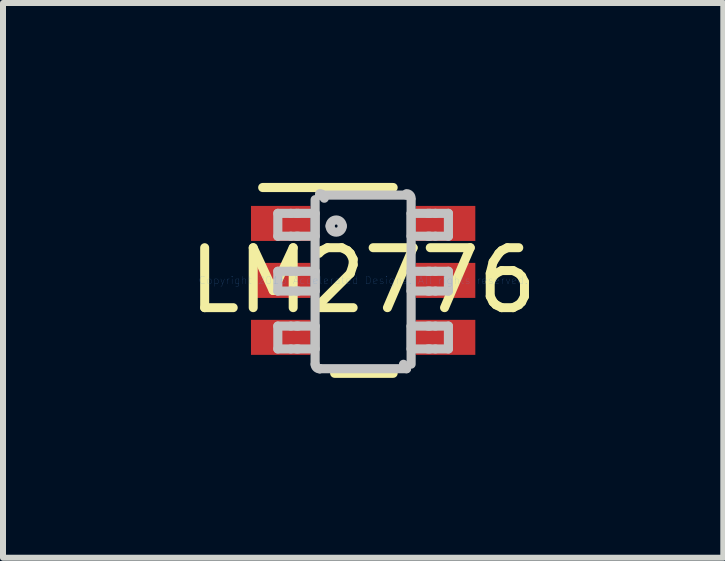
<source format=kicad_pcb>
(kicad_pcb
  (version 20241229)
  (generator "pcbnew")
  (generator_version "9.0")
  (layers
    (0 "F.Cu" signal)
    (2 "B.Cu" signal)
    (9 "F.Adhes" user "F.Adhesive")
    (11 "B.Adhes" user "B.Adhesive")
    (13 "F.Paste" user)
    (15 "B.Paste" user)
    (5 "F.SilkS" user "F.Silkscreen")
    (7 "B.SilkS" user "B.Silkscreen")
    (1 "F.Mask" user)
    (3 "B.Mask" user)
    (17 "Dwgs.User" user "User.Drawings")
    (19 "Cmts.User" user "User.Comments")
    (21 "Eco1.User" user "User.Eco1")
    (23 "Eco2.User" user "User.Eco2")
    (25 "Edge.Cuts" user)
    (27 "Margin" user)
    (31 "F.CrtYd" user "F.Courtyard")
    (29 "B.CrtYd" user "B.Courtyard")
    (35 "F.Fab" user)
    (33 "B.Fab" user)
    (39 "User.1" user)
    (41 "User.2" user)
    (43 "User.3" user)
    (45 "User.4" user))
  (footprint "LM2776"
    (layer "F.Cu")
    (at 3.006 1.626)
    (property "Reference" "LM2776" (at 0 0 0) (layer "F.SilkS") (effects (font (size 1 1) (thickness 0.15))))
    (attr through_hole)
    (fp_line (start -1.675 -1.549) (end 0.5 -1.549) (stroke (width 0.152) (type solid)) (layer "F.SilkS"))
    (fp_line (start -0.475 1.549) (end 0.5 1.549) (stroke (width 0.152) (type solid)) (layer "F.SilkS"))
    (fp_line (start -1.423 -1.118) (end -1.206 -1.118) (stroke (width 0.152) (type solid)) (layer "Dwgs.User"))
    (fp_line (start -1.423 -0.737) (end -1.423 -1.118) (stroke (width 0.152) (type solid)) (layer "Dwgs.User"))
    (fp_line (start -1.423 -0.737) (end -1.206 -0.737) (stroke (width 0.152) (type solid)) (layer "Dwgs.User"))
    (fp_line (start -1.423 -0.152) (end -1.206 -0.152) (stroke (width 0.152) (type solid)) (layer "Dwgs.User"))
    (fp_line (start -1.423 0.178) (end -1.423 -0.152) (stroke (width 0.152) (type solid)) (layer "Dwgs.User"))
    (fp_line (start -1.423 0.178) (end -1.206 0.178) (stroke (width 0.152) (type solid)) (layer "Dwgs.User"))
    (fp_line (start -1.423 0.762) (end -1.206 0.762) (stroke (width 0.152) (type solid)) (layer "Dwgs.User"))
    (fp_line (start -1.423 1.143) (end -1.423 0.762) (stroke (width 0.152) (type solid)) (layer "Dwgs.User"))
    (fp_line (start -1.423 1.143) (end -1.206 1.143) (stroke (width 0.152) (type solid)) (layer "Dwgs.User"))
    (fp_line (start -1.206 -1.118) (end -1.113 -1.118) (stroke (width 0.152) (type solid)) (layer "Dwgs.User"))
    (fp_line (start -1.206 -0.737) (end -1.113 -0.737) (stroke (width 0.152) (type solid)) (layer "Dwgs.User"))
    (fp_line (start -1.206 -0.152) (end -1.113 -0.152) (stroke (width 0.152) (type solid)) (layer "Dwgs.User"))
    (fp_line (start -1.206 0.178) (end -1.113 0.178) (stroke (width 0.152) (type solid)) (layer "Dwgs.User"))
    (fp_line (start -1.206 0.762) (end -1.113 0.762) (stroke (width 0.152) (type solid)) (layer "Dwgs.User"))
    (fp_line (start -1.206 1.143) (end -1.113 1.143) (stroke (width 0.152) (type solid)) (layer "Dwgs.User"))
    (fp_line (start -1.113 -1.118) (end -1.081 -1.118) (stroke (width 0.152) (type solid)) (layer "Dwgs.User"))
    (fp_line (start -1.113 -0.737) (end -1.081 -0.737) (stroke (width 0.152) (type solid)) (layer "Dwgs.User"))
    (fp_line (start -1.113 -0.152) (end -1.081 -0.152) (stroke (width 0.152) (type solid)) (layer "Dwgs.User"))
    (fp_line (start -1.113 0.178) (end -1.081 0.178) (stroke (width 0.152) (type solid)) (layer "Dwgs.User"))
    (fp_line (start -1.113 0.762) (end -1.081 0.762) (stroke (width 0.152) (type solid)) (layer "Dwgs.User"))
    (fp_line (start -1.113 1.143) (end -1.081 1.143) (stroke (width 0.152) (type solid)) (layer "Dwgs.User"))
    (fp_line (start -1.081 -1.118) (end -0.828 -1.118) (stroke (width 0.152) (type solid)) (layer "Dwgs.User"))
    (fp_line (start -1.081 -0.737) (end -0.828 -0.737) (stroke (width 0.152) (type solid)) (layer "Dwgs.User"))
    (fp_line (start -1.081 -0.152) (end -0.828 -0.152) (stroke (width 0.152) (type solid)) (layer "Dwgs.User"))
    (fp_line (start -1.081 0.178) (end -0.828 0.178) (stroke (width 0.152) (type solid)) (layer "Dwgs.User"))
    (fp_line (start -1.081 0.762) (end -0.828 0.762) (stroke (width 0.152) (type solid)) (layer "Dwgs.User"))
    (fp_line (start -1.081 1.143) (end -0.828 1.143) (stroke (width 0.152) (type solid)) (layer "Dwgs.User"))
    (fp_line (start -0.828 -1.118) (end -0.801 -1.118) (stroke (width 0.152) (type solid)) (layer "Dwgs.User"))
    (fp_line (start -0.828 -0.737) (end -0.801 -0.737) (stroke (width 0.152) (type solid)) (layer "Dwgs.User"))
    (fp_line (start -0.828 -0.152) (end -0.801 -0.152) (stroke (width 0.152) (type solid)) (layer "Dwgs.User"))
    (fp_line (start -0.828 0.178) (end -0.801 0.178) (stroke (width 0.152) (type solid)) (layer "Dwgs.User"))
    (fp_line (start -0.828 0.762) (end -0.801 0.762) (stroke (width 0.152) (type solid)) (layer "Dwgs.User"))
    (fp_line (start -0.828 1.143) (end -0.801 1.143) (stroke (width 0.152) (type solid)) (layer "Dwgs.User"))
    (fp_line (start -0.801 -0.737) (end -0.801 -1.118) (stroke (width 0.152) (type solid)) (layer "Dwgs.User"))
    (fp_line (start -0.801 0.178) (end -0.801 -0.152) (stroke (width 0.152) (type solid)) (layer "Dwgs.User"))
    (fp_line (start -0.801 1.143) (end -0.801 0.762) (stroke (width 0.152) (type solid)) (layer "Dwgs.User"))
    (fp_line (start -0.801 1.397) (end -0.801 -1.346) (stroke (width 0.152) (type solid)) (layer "Dwgs.User"))
    (fp_line (start -0.725 -1.422) (end -0.724 -1.422) (stroke (width 0.152) (type solid)) (layer "Dwgs.User"))
    (fp_line (start -0.725 1.473) (end -0.724 1.473) (stroke (width 0.152) (type solid)) (layer "Dwgs.User"))
    (fp_line (start -0.724 -1.422) (end 0.723 -1.422) (stroke (width 0.152) (type solid)) (layer "Dwgs.User"))
    (fp_line (start -0.724 1.473) (end 0.723 1.473) (stroke (width 0.152) (type solid)) (layer "Dwgs.User"))
    (fp_line (start 0.723 -1.422) (end 0.724 -1.422) (stroke (width 0.152) (type solid)) (layer "Dwgs.User"))
    (fp_line (start 0.723 1.473) (end 0.724 1.473) (stroke (width 0.152) (type solid)) (layer "Dwgs.User"))
    (fp_line (start 0.8 -1.118) (end 0.827 -1.118) (stroke (width 0.152) (type solid)) (layer "Dwgs.User"))
    (fp_line (start 0.8 -0.737) (end 0.8 -1.118) (stroke (width 0.152) (type solid)) (layer "Dwgs.User"))
    (fp_line (start 0.8 -0.737) (end 0.827 -0.737) (stroke (width 0.152) (type solid)) (layer "Dwgs.User"))
    (fp_line (start 0.8 -0.152) (end 0.827 -0.152) (stroke (width 0.152) (type solid)) (layer "Dwgs.User"))
    (fp_line (start 0.8 0.178) (end 0.8 -0.152) (stroke (width 0.152) (type solid)) (layer "Dwgs.User"))
    (fp_line (start 0.8 0.178) (end 0.827 0.178) (stroke (width 0.152) (type solid)) (layer "Dwgs.User"))
    (fp_line (start 0.8 0.762) (end 0.827 0.762) (stroke (width 0.152) (type solid)) (layer "Dwgs.User"))
    (fp_line (start 0.8 1.143) (end 0.8 0.762) (stroke (width 0.152) (type solid)) (layer "Dwgs.User"))
    (fp_line (start 0.8 1.143) (end 0.827 1.143) (stroke (width 0.152) (type solid)) (layer "Dwgs.User"))
    (fp_line (start 0.8 1.397) (end 0.8 -1.346) (stroke (width 0.152) (type solid)) (layer "Dwgs.User"))
    (fp_line (start 0.827 -1.118) (end 1.08 -1.118) (stroke (width 0.152) (type solid)) (layer "Dwgs.User"))
    (fp_line (start 0.827 -0.737) (end 1.08 -0.737) (stroke (width 0.152) (type solid)) (layer "Dwgs.User"))
    (fp_line (start 0.827 -0.152) (end 1.08 -0.152) (stroke (width 0.152) (type solid)) (layer "Dwgs.User"))
    (fp_line (start 0.827 0.178) (end 1.08 0.178) (stroke (width 0.152) (type solid)) (layer "Dwgs.User"))
    (fp_line (start 0.827 0.762) (end 1.08 0.762) (stroke (width 0.152) (type solid)) (layer "Dwgs.User"))
    (fp_line (start 0.827 1.143) (end 1.08 1.143) (stroke (width 0.152) (type solid)) (layer "Dwgs.User"))
    (fp_line (start 1.08 -1.118) (end 1.112 -1.118) (stroke (width 0.152) (type solid)) (layer "Dwgs.User"))
    (fp_line (start 1.08 -0.737) (end 1.112 -0.737) (stroke (width 0.152) (type solid)) (layer "Dwgs.User"))
    (fp_line (start 1.08 -0.152) (end 1.112 -0.152) (stroke (width 0.152) (type solid)) (layer "Dwgs.User"))
    (fp_line (start 1.08 0.178) (end 1.112 0.178) (stroke (width 0.152) (type solid)) (layer "Dwgs.User"))
    (fp_line (start 1.08 0.762) (end 1.112 0.762) (stroke (width 0.152) (type solid)) (layer "Dwgs.User"))
    (fp_line (start 1.08 1.143) (end 1.112 1.143) (stroke (width 0.152) (type solid)) (layer "Dwgs.User"))
    (fp_line (start 1.112 -1.118) (end 1.205 -1.118) (stroke (width 0.152) (type solid)) (layer "Dwgs.User"))
    (fp_line (start 1.112 -0.737) (end 1.205 -0.737) (stroke (width 0.152) (type solid)) (layer "Dwgs.User"))
    (fp_line (start 1.112 -0.152) (end 1.205 -0.152) (stroke (width 0.152) (type solid)) (layer "Dwgs.User"))
    (fp_line (start 1.112 0.178) (end 1.205 0.178) (stroke (width 0.152) (type solid)) (layer "Dwgs.User"))
    (fp_line (start 1.112 0.762) (end 1.205 0.762) (stroke (width 0.152) (type solid)) (layer "Dwgs.User"))
    (fp_line (start 1.112 1.143) (end 1.205 1.143) (stroke (width 0.152) (type solid)) (layer "Dwgs.User"))
    (fp_line (start 1.205 -1.118) (end 1.422 -1.118) (stroke (width 0.152) (type solid)) (layer "Dwgs.User"))
    (fp_line (start 1.205 -0.737) (end 1.422 -0.737) (stroke (width 0.152) (type solid)) (layer "Dwgs.User"))
    (fp_line (start 1.205 -0.152) (end 1.422 -0.152) (stroke (width 0.152) (type solid)) (layer "Dwgs.User"))
    (fp_line (start 1.205 0.178) (end 1.422 0.178) (stroke (width 0.152) (type solid)) (layer "Dwgs.User"))
    (fp_line (start 1.205 0.762) (end 1.422 0.762) (stroke (width 0.152) (type solid)) (layer "Dwgs.User"))
    (fp_line (start 1.205 1.143) (end 1.422 1.143) (stroke (width 0.152) (type solid)) (layer "Dwgs.User"))
    (fp_line (start 1.422 -0.737) (end 1.422 -1.118) (stroke (width 0.152) (type solid)) (layer "Dwgs.User"))
    (fp_line (start 1.422 0.178) (end 1.422 -0.152) (stroke (width 0.152) (type solid)) (layer "Dwgs.User"))
    (fp_line (start 1.422 1.143) (end 1.422 0.762) (stroke (width 0.152) (type solid)) (layer "Dwgs.User"))
    (fp_arc (start -0.724487 1.474998) (mid -0.778141 1.452906) (end -0.800684 1.39944) (stroke (width 0.1524) (type solid)) (layer "Dwgs.User"))
    (fp_arc (start -0.724474 -1.445984) (mid -0.67082 -1.423892) (end -0.648277 -1.370426) (stroke (width 0.1524) (type solid)) (layer "Dwgs.User"))
    (fp_arc (start -0.551162 -0.906071) (mid -0.449562 -1.007671) (end -0.347962 -0.906071) (stroke (width 0.1524) (type solid)) (layer "Dwgs.User"))
    (fp_arc (start -0.347962 -0.906071) (mid -0.449562 -0.804471) (end -0.551162 -0.906071) (stroke (width 0.1524) (type solid)) (layer "Dwgs.User"))
    (fp_arc (start 0.723303 -1.445997) (mid 0.776957 -1.423905) (end 0.7995 -1.370439) (stroke (width 0.1524) (type solid)) (layer "Dwgs.User"))
    (fp_arc (start 0.723316 1.449611) (mid 0.687547 1.434883) (end 0.672518 1.399239) (stroke (width 0.1524) (type solid)) (layer "Dwgs.User"))
    (fp_text user "Copyright 2016 Accelerated Designs. All rights reserved." (at 0 0 0) (layer "Cmts.User") (effects (font (size 0.127 0.127) (thickness 0.002))))
    (pad "1" smd rect (at -1.375 -0.95 90) (size 0.584 0.991) (layers "F.Cu" "F.Mask" "F.Paste"))
    (pad "2" smd rect (at -1.375 0 90) (size 0.584 0.991) (layers "F.Cu" "F.Mask" "F.Paste"))
    (pad "3" smd rect (at -1.375 0.95 90) (size 0.584 0.991) (layers "F.Cu" "F.Mask" "F.Paste"))
    (pad "4" smd rect (at 1.375 0.95 90) (size 0.584 0.991) (layers "F.Cu" "F.Mask" "F.Paste"))
    (pad "5" smd rect (at 1.375 0 90) (size 0.584 0.991) (layers "F.Cu" "F.Mask" "F.Paste"))
    (pad "6" smd rect (at 1.375 -0.95 90) (size 0.584 0.991) (layers "F.Cu" "F.Mask" "F.Paste")))
  (gr_rect
    (start -3 -3)
    (end 9.012 6.251)
    (stroke (width 0.1) (type default))
    (fill no)
    (layer "Edge.Cuts")))
</source>
